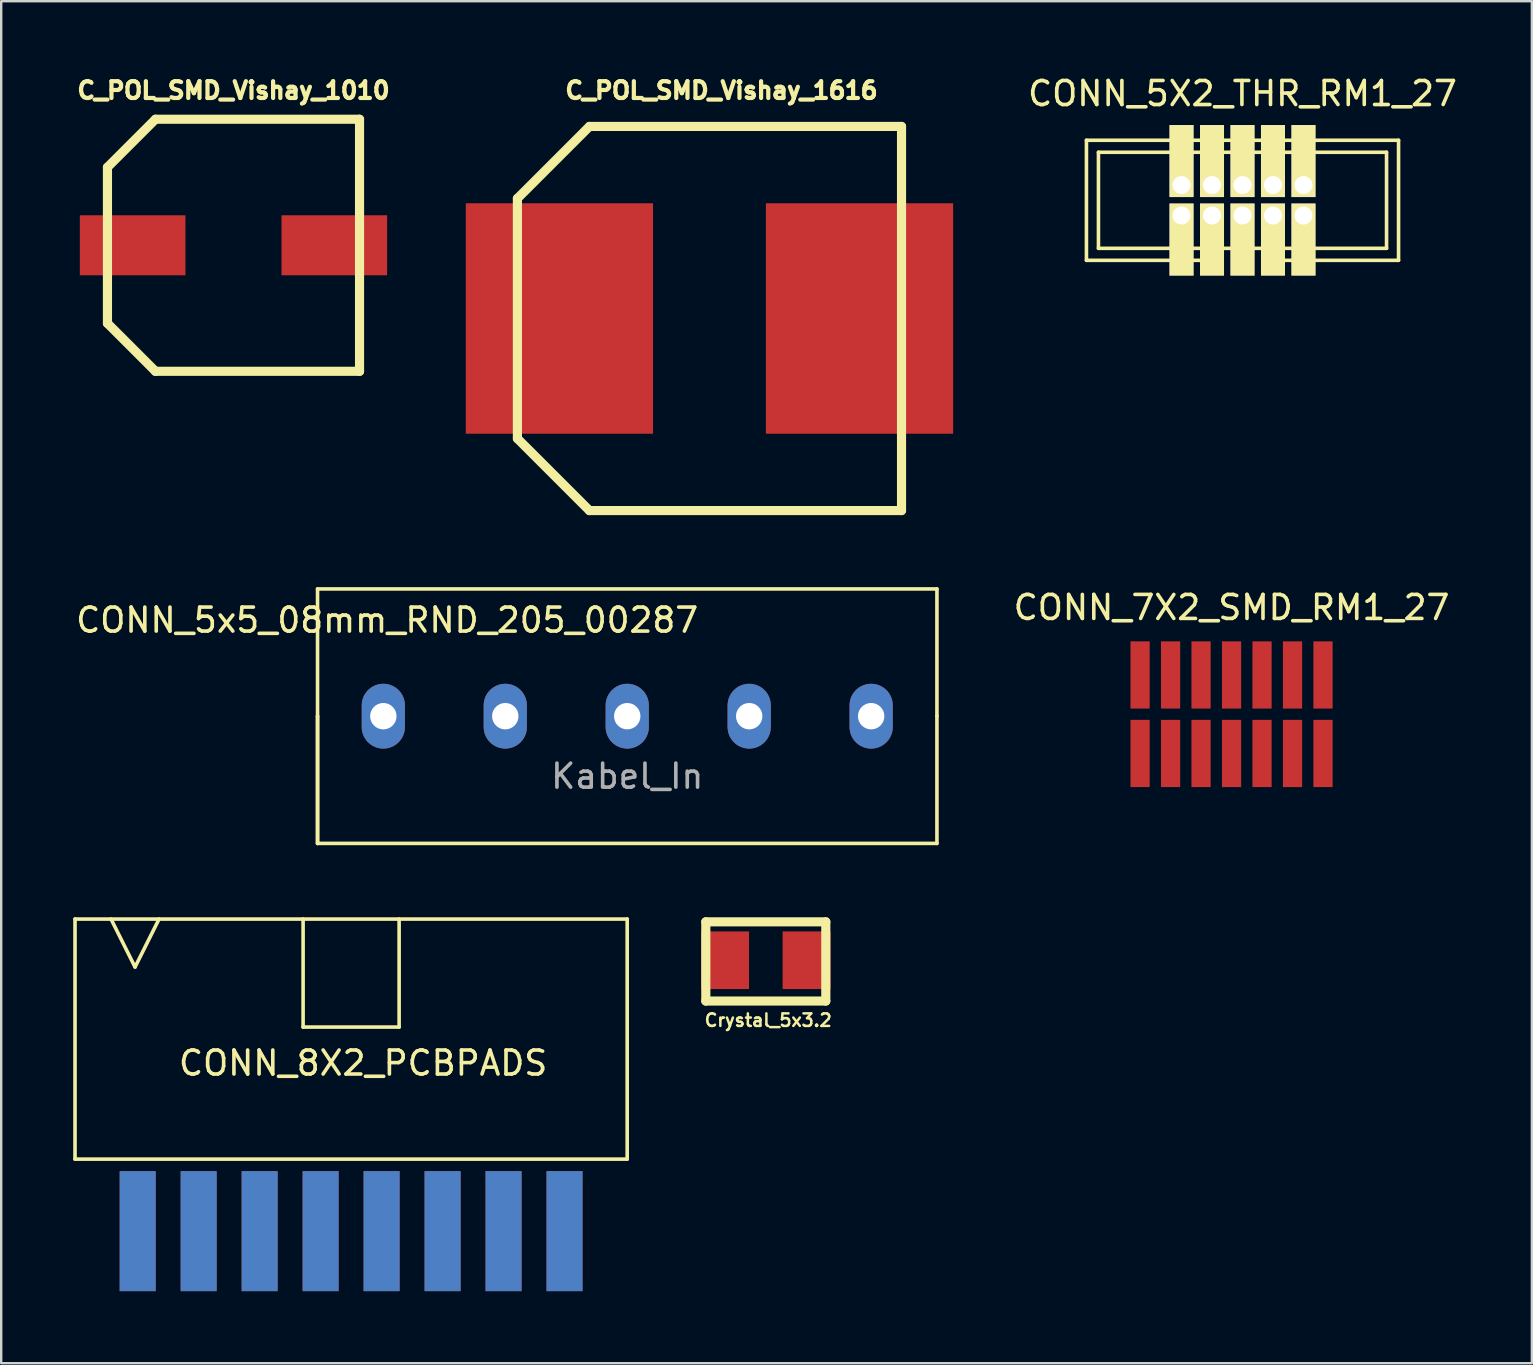
<source format=kicad_pcb>
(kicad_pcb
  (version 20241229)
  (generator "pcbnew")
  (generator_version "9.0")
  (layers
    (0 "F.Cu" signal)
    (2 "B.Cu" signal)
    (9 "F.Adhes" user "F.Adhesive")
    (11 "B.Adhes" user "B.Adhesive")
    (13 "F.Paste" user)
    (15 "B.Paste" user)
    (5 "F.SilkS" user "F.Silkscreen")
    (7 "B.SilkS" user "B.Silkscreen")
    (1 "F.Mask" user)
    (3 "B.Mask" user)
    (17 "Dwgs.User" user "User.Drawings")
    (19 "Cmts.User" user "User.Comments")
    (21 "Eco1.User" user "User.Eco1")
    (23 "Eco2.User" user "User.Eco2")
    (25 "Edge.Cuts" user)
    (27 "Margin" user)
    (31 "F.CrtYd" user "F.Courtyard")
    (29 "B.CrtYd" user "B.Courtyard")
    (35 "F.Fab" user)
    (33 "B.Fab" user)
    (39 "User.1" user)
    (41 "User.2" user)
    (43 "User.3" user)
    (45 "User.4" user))
  (footprint "CONN_7X2_SMD_RM1_27"
    (layer "F.Cu")
    (at 48.249 26.7)
    (property "Reference" "CONN_7X2_SMD_RM1_27" (at 0 -4.445 0) (layer "F.SilkS") (effects (font (size 1 1) (thickness 0.15))))
    (attr through_hole)
    (pad "1" smd rect (at -3.81 1.635) (size 0.8 2.8) (layers "F.Cu" "F.Mask" "F.Paste"))
    (pad "2" smd rect (at -3.81 -1.635) (size 0.8 2.8) (layers "F.Cu" "F.Mask" "F.Paste"))
    (pad "3" smd rect (at -2.54 1.635) (size 0.8 2.8) (layers "F.Cu" "F.Mask" "F.Paste"))
    (pad "4" smd rect (at -2.54 -1.635) (size 0.8 2.8) (layers "F.Cu" "F.Mask" "F.Paste"))
    (pad "5" smd rect (at -1.27 1.635) (size 0.8 2.8) (layers "F.Cu" "F.Mask" "F.Paste"))
    (pad "6" smd rect (at -1.27 -1.635) (size 0.8 2.8) (layers "F.Cu" "F.Mask" "F.Paste"))
    (pad "7" smd rect (at 0 1.635) (size 0.8 2.8) (layers "F.Cu" "F.Mask" "F.Paste"))
    (pad "8" smd rect (at 0 -1.635) (size 0.8 2.8) (layers "F.Cu" "F.Mask" "F.Paste"))
    (pad "9" smd rect (at 1.27 1.635) (size 0.8 2.8) (layers "F.Cu" "F.Mask" "F.Paste"))
    (pad "10" smd rect (at 1.27 -1.635) (size 0.8 2.8) (layers "F.Cu" "F.Mask" "F.Paste"))
    (pad "11" smd rect (at 2.54 1.635) (size 0.8 2.8) (layers "F.Cu" "F.Mask" "F.Paste"))
    (pad "12" smd rect (at 2.54 -1.635) (size 0.8 2.8) (layers "F.Cu" "F.Mask" "F.Paste"))
    (pad "13" smd rect (at 3.81 1.635) (size 0.8 2.8) (layers "F.Cu" "F.Mask" "F.Paste"))
    (pad "14" smd rect (at 3.81 -1.635) (size 0.8 2.8) (layers "F.Cu" "F.Mask" "F.Paste")))
  (footprint "CONN_5X2_THR_RM1_27"
    (layer "F.Cu")
    (at 48.705 5.293)
    (property "Reference" "CONN_5X2_THR_RM1_27" (at 0 -4.445 0) (layer "F.SilkS") (effects (font (size 1 1) (thickness 0.15))))
    (attr through_hole)
    (fp_line (start -6.5 -2.5) (end 6.5 -2.5) (stroke (width 0.15) (type solid)) (layer "F.SilkS"))
    (fp_line (start -6.5 2.5) (end -6.5 -2.5) (stroke (width 0.15) (type solid)) (layer "F.SilkS"))
    (fp_line (start -6 -2) (end -6 2) (stroke (width 0.15) (type solid)) (layer "F.SilkS"))
    (fp_line (start -6 2) (end -1 2) (stroke (width 0.15) (type solid)) (layer "F.SilkS"))
    (fp_line (start -1 2) (end -1 2.5) (stroke (width 0.15) (type solid)) (layer "F.SilkS"))
    (fp_line (start -1 2) (end 1 2) (stroke (width 0.15) (type solid)) (layer "F.SilkS"))
    (fp_line (start -1 2.5) (end -6.5 2.5) (stroke (width 0.15) (type solid)) (layer "F.SilkS"))
    (fp_line (start 1 2) (end 6 2) (stroke (width 0.15) (type solid)) (layer "F.SilkS"))
    (fp_line (start 1 2.5) (end 1 2) (stroke (width 0.15) (type solid)) (layer "F.SilkS"))
    (fp_line (start 6 -2) (end -6 -2) (stroke (width 0.15) (type solid)) (layer "F.SilkS"))
    (fp_line (start 6 2) (end 6 -2) (stroke (width 0.15) (type solid)) (layer "F.SilkS"))
    (fp_line (start 6.5 -2.5) (end 6.5 2.5) (stroke (width 0.15) (type solid)) (layer "F.SilkS"))
    (fp_line (start 6.5 2.5) (end 1 2.5) (stroke (width 0.15) (type solid)) (layer "F.SilkS"))
    (pad "1" thru_hole rect (at -2.54 0.635) (size 1 3) (drill 0.75 (offset 0 1)) (layers "*.Cu" "*.Mask" "F.SilkS"))
    (pad "2" thru_hole rect (at -2.54 -0.635) (size 1 3) (drill 0.75 (offset 0 -1)) (layers "*.Cu" "*.Mask" "F.SilkS"))
    (pad "3" thru_hole rect (at -1.27 0.635) (size 1 3) (drill 0.75 (offset 0 1)) (layers "*.Cu" "*.Mask" "F.SilkS"))
    (pad "4" thru_hole rect (at -1.27 -0.635) (size 1 3) (drill 0.75 (offset 0 -1)) (layers "*.Cu" "*.Mask" "F.SilkS"))
    (pad "5" thru_hole rect (at 0 0.635) (size 1 3) (drill 0.75 (offset 0 1)) (layers "*.Cu" "*.Mask" "F.SilkS"))
    (pad "6" thru_hole rect (at 0 -0.635) (size 1 3) (drill 0.75 (offset 0 -1)) (layers "*.Cu" "*.Mask" "F.SilkS"))
    (pad "7" thru_hole rect (at 1.27 0.635) (size 1 3) (drill 0.75 (offset 0 1)) (layers "*.Cu" "*.Mask" "F.SilkS"))
    (pad "8" thru_hole rect (at 1.27 -0.635) (size 1 3) (drill 0.75 (offset 0 -1)) (layers "*.Cu" "*.Mask" "F.SilkS"))
    (pad "9" thru_hole rect (at 2.54 0.635) (size 1 3) (drill 0.75 (offset 0 1)) (layers "*.Cu" "*.Mask" "F.SilkS"))
    (pad "10" thru_hole rect (at 2.54 -0.635) (size 1 3) (drill 0.75 (offset 0 -1)) (layers "*.Cu" "*.Mask" "F.SilkS")))
  (footprint "CONN_8X2_PCBPADS"
    (layer "F.Cu")
    (at 11.575 45.232)
    (property "Reference" "CONN_8X2_PCBPADS" (at 0.5 -4 0) (layer "F.SilkS") (effects (font (size 1 1) (thickness 0.15))))
    (attr through_hole)
    (fp_line (start -11.5 -10) (end 11.5 -10) (stroke (width 0.15) (type solid)) (layer "F.SilkS"))
    (fp_line (start -11.5 0) (end -11.5 -10) (stroke (width 0.15) (type solid)) (layer "F.SilkS"))
    (fp_line (start -10 -10) (end -9 -8) (stroke (width 0.15) (type solid)) (layer "F.SilkS"))
    (fp_line (start -9 -8) (end -8 -10) (stroke (width 0.15) (type solid)) (layer "F.SilkS"))
    (fp_line (start -2 -10) (end -2 -5.5) (stroke (width 0.15) (type solid)) (layer "F.SilkS"))
    (fp_line (start -2 -5.5) (end 2 -5.5) (stroke (width 0.15) (type solid)) (layer "F.SilkS"))
    (fp_line (start 2 -5.5) (end 2 -10) (stroke (width 0.15) (type solid)) (layer "F.SilkS"))
    (fp_line (start 11.5 -10) (end 11.5 0) (stroke (width 0.15) (type solid)) (layer "F.SilkS"))
    (fp_line (start 11.5 0) (end -11.5 0) (stroke (width 0.15) (type solid)) (layer "F.SilkS"))
    (pad "1" smd rect (at -8.89 3) (size 1.5 5) (layers "F.Cu" "F.Mask" "F.Paste"))
    (pad "2" smd rect (at -8.89 3) (size 1.5 5) (layers "F.Mask" "B.Cu" "F.Paste"))
    (pad "3" smd rect (at -6.35 3) (size 1.5 5) (layers "F.Cu" "F.Mask" "F.Paste"))
    (pad "4" smd rect (at -6.35 3) (size 1.5 5) (layers "F.Mask" "B.Cu" "F.Paste"))
    (pad "5" smd rect (at -3.81 3) (size 1.5 5) (layers "F.Cu" "F.Mask" "F.Paste"))
    (pad "6" smd rect (at -3.81 3) (size 1.5 5) (layers "F.Mask" "B.Cu" "F.Paste"))
    (pad "7" smd rect (at -1.27 3) (size 1.5 5) (layers "F.Cu" "F.Mask" "F.Paste"))
    (pad "8" smd rect (at -1.27 3) (size 1.5 5) (layers "F.Mask" "B.Cu" "F.Paste"))
    (pad "9" smd rect (at 1.27 3) (size 1.5 5) (layers "F.Cu" "F.Mask" "F.Paste"))
    (pad "10" smd rect (at 1.27 3) (size 1.5 5) (layers "F.Mask" "B.Cu" "F.Paste"))
    (pad "11" smd rect (at 3.81 3) (size 1.5 5) (layers "F.Cu" "F.Mask" "F.Paste"))
    (pad "12" smd rect (at 3.81 3) (size 1.5 5) (layers "F.Mask" "B.Cu" "F.Paste"))
    (pad "13" smd rect (at 6.35 3) (size 1.5 5) (layers "F.Cu" "F.Mask" "F.Paste"))
    (pad "14" smd rect (at 6.35 3) (size 1.5 5) (layers "F.Mask" "B.Cu" "F.Paste"))
    (pad "15" smd rect (at 8.89 3) (size 1.5 5) (layers "F.Cu" "F.Mask" "F.Paste"))
    (pad "16" smd rect (at 8.89 3) (size 1.5 5) (layers "F.Mask" "B.Cu" "F.Paste")))
  (footprint "C_POL_SMD_Vishay_1616"
    (layer "F.Cu")
    (at 26.502 10.217)
    (property "Reference" "C_POL_SMD_Vishay_1616" (at 0.5 -9.5 0) (layer "F.SilkS") (effects (font (size 0.7 0.7) (thickness 0.175))))
    (attr through_hole)
    (fp_line (start -8 -5) (end -8 5) (stroke (width 0.381) (type solid)) (layer "F.SilkS"))
    (fp_line (start -8 5) (end -5 8) (stroke (width 0.381) (type solid)) (layer "F.SilkS"))
    (fp_line (start -5 -8) (end -8 -5) (stroke (width 0.381) (type solid)) (layer "F.SilkS"))
    (fp_line (start -5 8) (end 8 8) (stroke (width 0.381) (type solid)) (layer "F.SilkS"))
    (fp_line (start 8 -8) (end -5 -8) (stroke (width 0.381) (type solid)) (layer "F.SilkS"))
    (fp_line (start 8 8) (end 8 -8) (stroke (width 0.381) (type solid)) (layer "F.SilkS"))
    (pad "1" smd rect (at -6.25 0 180) (size 7.8 9.6) (layers "F.Cu" "F.Mask" "F.Paste"))
    (pad "2" smd rect (at 6.25 0 180) (size 7.8 9.6) (layers "F.Cu" "F.Mask" "F.Paste")))
  (footprint "Crystal_5x3.2"
    (layer "F.Cu")
    (at 28.849 36.948)
    (property "Reference" "Crystal_5x3.2" (at 0.099 2.499 0) (layer "F.SilkS") (effects (font (size 0.523 0.523) (thickness 0.104))))
    (attr through_hole)
    (fp_line (start -2.499 -1.6) (end 2.499 -1.6) (stroke (width 0.381) (type solid)) (layer "F.SilkS"))
    (fp_line (start -2.499 1.699) (end -2.499 -1.6) (stroke (width 0.381) (type solid)) (layer "F.SilkS"))
    (fp_line (start 2.499 -1.6) (end 2.499 1.699) (stroke (width 0.381) (type solid)) (layer "F.SilkS"))
    (fp_line (start 2.499 1.699) (end -2.499 1.699) (stroke (width 0.381) (type solid)) (layer "F.SilkS"))
    (pad "1" smd rect (at -1.699 0) (size 1.999 2.4) (layers "F.Cu" "F.Mask" "F.Paste"))
    (pad "2" smd rect (at 1.699 0) (size 1.999 2.4) (layers "F.Cu" "F.Mask" "F.Paste")))
  (footprint "CONN_5x5_08mm_RND_205_00287"
    (layer "F.Cu")
    (at 23.077 26.782)
    (property "Reference" "CONN_5x5_08mm_RND_205_00287" (at -10 -4 0) (layer "F.SilkS") (effects (font (size 1 1) (thickness 0.15))))
    (attr through_hole)
    (fp_line (start -12.9 -5.3) (end -12.9 0) (stroke (width 0.15) (type solid)) (layer "F.SilkS"))
    (fp_line (start -12.9 0) (end -12.9 5.3) (stroke (width 0.15) (type solid)) (layer "F.SilkS"))
    (fp_line (start -12.9 5.3) (end -12.9 0) (stroke (width 0.15) (type solid)) (layer "F.SilkS"))
    (fp_line (start -12.9 5.3) (end 12.9 5.3) (stroke (width 0.15) (type solid)) (layer "F.SilkS"))
    (fp_line (start 12.9 -5.3) (end -12.9 -5.3) (stroke (width 0.15) (type solid)) (layer "F.SilkS"))
    (fp_line (start 12.9 0) (end 12.9 -5.3) (stroke (width 0.15) (type solid)) (layer "F.SilkS"))
    (fp_line (start 12.9 5.3) (end 12.9 0) (stroke (width 0.15) (type solid)) (layer "F.SilkS"))
    (fp_text user "Kabel_In" (at 0 2.5 0) (layer "F.Fab") (effects (font (size 1 1) (thickness 0.15))))
    (pad "1" thru_hole oval (at -10.16 0) (size 1.8 2.7) (drill 1.1) (layers "*.Cu" "*.Mask"))
    (pad "2" thru_hole oval (at -5.08 0) (size 1.8 2.7) (drill 1.1) (layers "*.Cu" "*.Mask"))
    (pad "3" thru_hole oval (at 0 0) (size 1.8 2.7) (drill 1.1) (layers "*.Cu" "*.Mask"))
    (pad "4" thru_hole oval (at 5.08 0) (size 1.8 2.7) (drill 1.1) (layers "*.Cu" "*.Mask"))
    (pad "5" thru_hole oval (at 10.16 0) (size 1.8 2.7) (drill 1.1) (layers "*.Cu" "*.Mask")))
  (footprint "C_POL_SMD_Vishay_1010"
    (layer "F.Cu")
    (at 6.676 7.167)
    (property "Reference" "C_POL_SMD_Vishay_1010" (at 0 -6.45 0) (layer "F.SilkS") (effects (font (size 0.7 0.7) (thickness 0.175))))
    (attr through_hole)
    (fp_line (start -5.25 -3.25) (end -5.25 3.25) (stroke (width 0.381) (type solid)) (layer "F.SilkS"))
    (fp_line (start -5.25 3.25) (end -3.25 5.25) (stroke (width 0.381) (type solid)) (layer "F.SilkS"))
    (fp_line (start -3.25 -5.25) (end -5.25 -3.25) (stroke (width 0.381) (type solid)) (layer "F.SilkS"))
    (fp_line (start -3.25 5.25) (end 5.25 5.25) (stroke (width 0.381) (type solid)) (layer "F.SilkS"))
    (fp_line (start 5.25 -5.25) (end -3.25 -5.25) (stroke (width 0.381) (type solid)) (layer "F.SilkS"))
    (fp_line (start 5.25 -5.25) (end 5.25 5.25) (stroke (width 0.381) (type solid)) (layer "F.SilkS"))
    (pad "1" smd rect (at -4.2 0 180) (size 4.4 2.5) (layers "F.Cu" "F.Mask" "F.Paste"))
    (pad "2" smd rect (at 4.2 0 180) (size 4.4 2.5) (layers "F.Cu" "F.Mask" "F.Paste")))
  (gr_rect
    (start -3 -3)
    (end 60.759 53.732)
    (stroke (width 0.1) (type default))
    (fill no)
    (layer "Edge.Cuts")))
</source>
